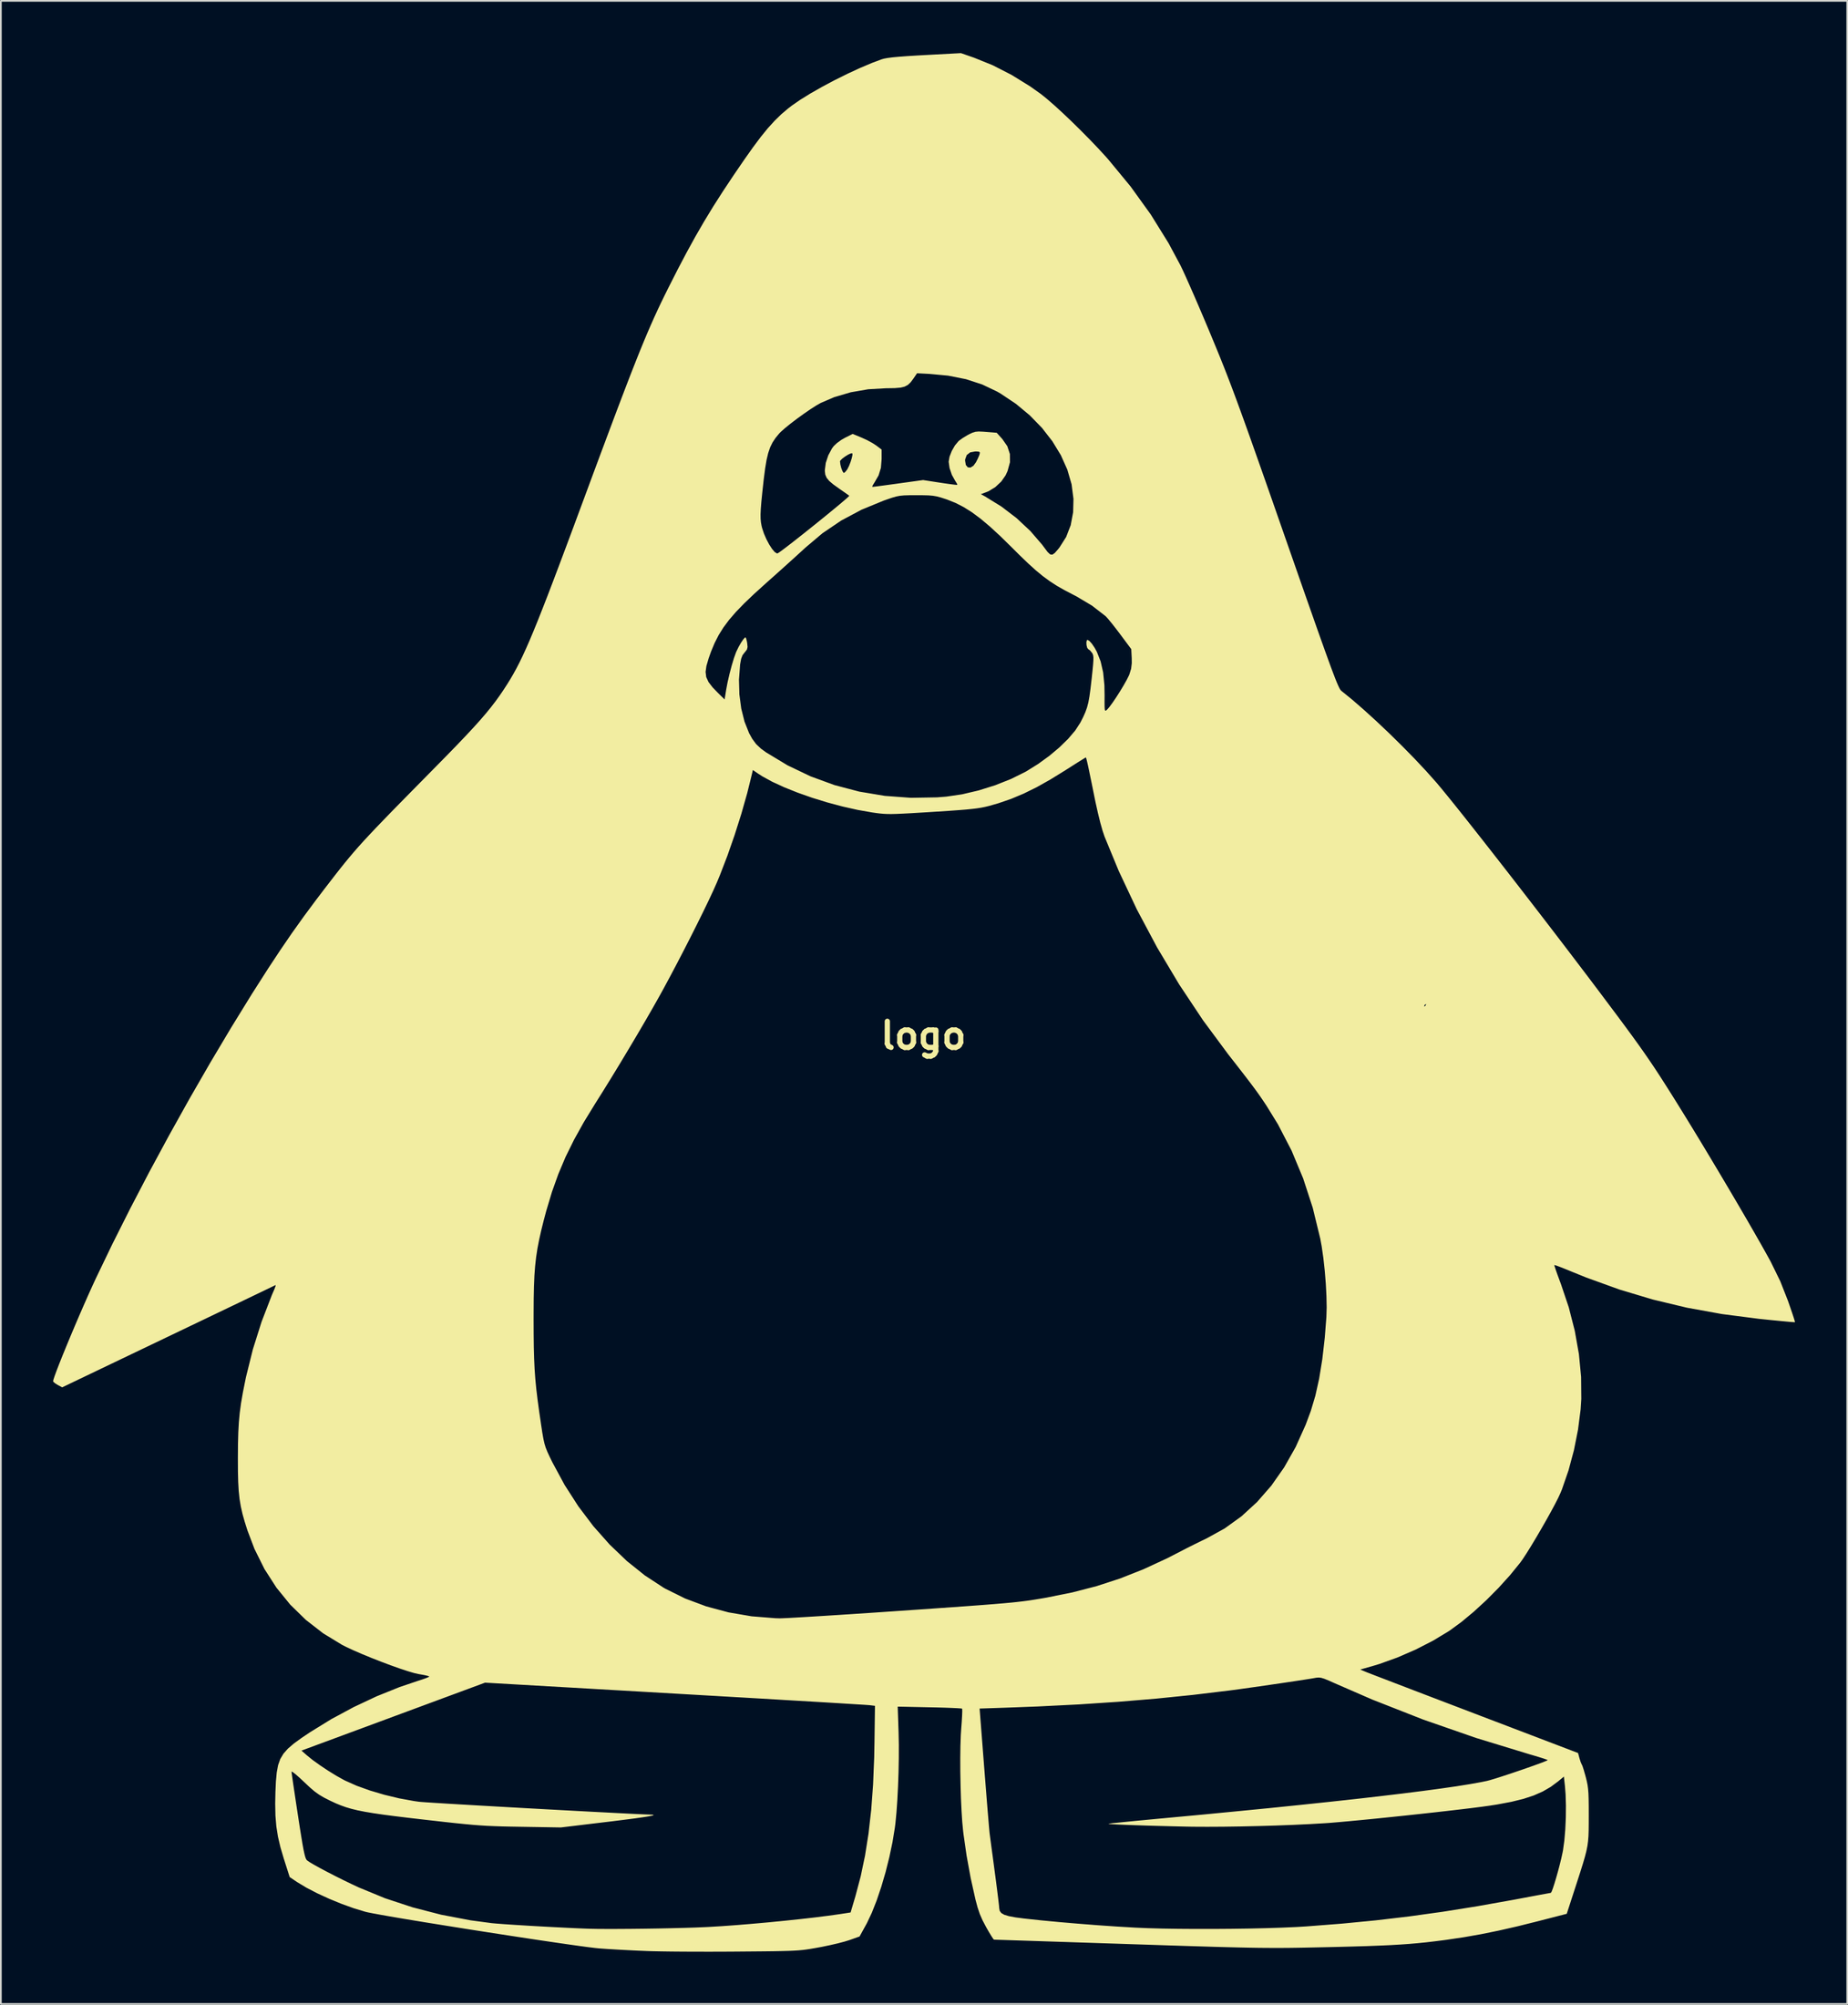
<source format=kicad_pcb>
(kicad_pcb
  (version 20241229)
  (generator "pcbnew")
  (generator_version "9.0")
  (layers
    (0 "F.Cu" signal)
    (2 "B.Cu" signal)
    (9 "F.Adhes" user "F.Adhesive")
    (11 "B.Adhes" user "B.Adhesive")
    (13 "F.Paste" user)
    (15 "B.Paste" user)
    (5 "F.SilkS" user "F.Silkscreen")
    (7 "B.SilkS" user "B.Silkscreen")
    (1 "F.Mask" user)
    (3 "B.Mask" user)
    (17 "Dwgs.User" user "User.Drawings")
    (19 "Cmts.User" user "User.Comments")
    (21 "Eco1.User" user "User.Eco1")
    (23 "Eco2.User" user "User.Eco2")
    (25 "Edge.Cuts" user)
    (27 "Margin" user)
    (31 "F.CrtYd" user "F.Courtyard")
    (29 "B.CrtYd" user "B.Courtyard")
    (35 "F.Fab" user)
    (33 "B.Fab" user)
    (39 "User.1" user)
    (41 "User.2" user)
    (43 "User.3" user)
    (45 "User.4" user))
  (footprint "logo"
    (layer "F.Cu")
    (at 49.976 56.39)
    (property "Reference" "logo" (at 0 0 0) (layer "F.SilkS") (effects (font (size 1.5 1.5) (thickness 0.3))))
    (attr board_only exclude_from_pos_files exclude_from_bom)
    (fp_poly (pts (xy 2.904 -56.13) (xy 3.978 -55.696) (xy 5.064 -55.14) (xy 6.129 -54.482) (xy 6.741 -54.048) (xy 7.086 -53.771) (xy 7.508 -53.405) (xy 7.984 -52.97) (xy 8.497 -52.483) (xy 9.024 -51.966) (xy 9.546 -51.438) (xy 10.044 -50.918) (xy 10.496 -50.425) (xy 10.614 -50.292) (xy 11.899 -48.735) (xy 13.055 -47.131) (xy 14.076 -45.487) (xy 14.762 -44.209) (xy 14.894 -43.934) (xy 15.072 -43.545) (xy 15.288 -43.06) (xy 15.534 -42.5) (xy 15.801 -41.883) (xy 16.08 -41.23) (xy 16.363 -40.56) (xy 16.521 -40.181) (xy 16.717 -39.708) (xy 16.903 -39.257) (xy 17.081 -38.818) (xy 17.255 -38.383) (xy 17.429 -37.939) (xy 17.606 -37.478) (xy 17.791 -36.99) (xy 17.987 -36.463) (xy 18.197 -35.889) (xy 18.426 -35.257) (xy 18.677 -34.558) (xy 18.953 -33.78) (xy 19.259 -32.914) (xy 19.599 -31.95) (xy 19.975 -30.878) (xy 20.391 -29.687) (xy 20.793 -28.536) (xy 21.239 -27.261) (xy 21.639 -26.116) (xy 21.997 -25.094) (xy 22.316 -24.189) (xy 22.596 -23.392) (xy 22.843 -22.698) (xy 23.057 -22.099) (xy 23.242 -21.587) (xy 23.399 -21.157) (xy 23.533 -20.801) (xy 23.644 -20.511) (xy 23.736 -20.282) (xy 23.812 -20.106) (xy 23.873 -19.976) (xy 23.923 -19.884) (xy 23.964 -19.825) (xy 23.997 -19.791) (xy 24.61 -19.294) (xy 25.289 -18.705) (xy 26.012 -18.048) (xy 26.754 -17.346) (xy 27.493 -16.62) (xy 28.204 -15.895) (xy 28.864 -15.192) (xy 29.45 -14.535) (xy 29.47 -14.512) (xy 29.74 -14.19) (xy 30.09 -13.763) (xy 30.512 -13.241) (xy 30.997 -12.634) (xy 31.537 -11.952) (xy 32.125 -11.206) (xy 32.752 -10.406) (xy 33.411 -9.562) (xy 34.093 -8.685) (xy 34.79 -7.784) (xy 35.495 -6.871) (xy 36.198 -5.956) (xy 36.893 -5.048) (xy 37.571 -4.158) (xy 38.225 -3.297) (xy 38.796 -2.54) (xy 39.383 -1.758) (xy 39.894 -1.076) (xy 40.338 -0.477) (xy 40.728 0.055) (xy 41.075 0.535) (xy 41.39 0.981) (xy 41.684 1.407) (xy 41.969 1.829) (xy 42.255 2.264) (xy 42.553 2.728) (xy 42.876 3.237) (xy 43.19 3.737) (xy 43.639 4.46) (xy 44.127 5.255) (xy 44.643 6.103) (xy 45.175 6.987) (xy 45.714 7.889) (xy 46.248 8.789) (xy 46.767 9.67) (xy 47.259 10.513) (xy 47.713 11.3) (xy 48.12 12.012) (xy 48.467 12.632) (xy 48.656 12.976) (xy 49.209 14.106) (xy 49.647 15.22) (xy 49.783 15.611) (xy 49.899 15.951) (xy 49.987 16.219) (xy 50.04 16.392) (xy 50.051 16.449) (xy 49.976 16.447) (xy 49.775 16.432) (xy 49.466 16.404) (xy 49.068 16.366) (xy 48.599 16.32) (xy 48.077 16.266) (xy 47.965 16.254) (xy 45.859 15.982) (xy 43.842 15.616) (xy 41.889 15.149) (xy 39.973 14.575) (xy 38.068 13.887) (xy 37.268 13.564) (xy 36.915 13.419) (xy 36.612 13.298) (xy 36.383 13.212) (xy 36.252 13.169) (xy 36.231 13.166) (xy 36.246 13.239) (xy 36.306 13.423) (xy 36.402 13.696) (xy 36.526 14.033) (xy 36.607 14.25) (xy 37.059 15.59) (xy 37.405 16.941) (xy 37.643 18.281) (xy 37.769 19.591) (xy 37.78 20.85) (xy 37.742 21.445) (xy 37.593 22.608) (xy 37.358 23.793) (xy 37.047 24.95) (xy 36.674 26.029) (xy 36.59 26.237) (xy 36.463 26.513) (xy 36.273 26.886) (xy 36.034 27.331) (xy 35.761 27.821) (xy 35.469 28.331) (xy 35.173 28.836) (xy 34.888 29.309) (xy 34.628 29.726) (xy 34.408 30.061) (xy 34.274 30.248) (xy 33.69 30.966) (xy 33.033 31.692) (xy 32.331 32.399) (xy 31.612 33.06) (xy 30.903 33.65) (xy 30.232 34.141) (xy 30.16 34.189) (xy 29.257 34.733) (xy 28.26 35.243) (xy 27.221 35.694) (xy 26.191 36.064) (xy 25.799 36.183) (xy 25.084 36.385) (xy 25.369 36.505) (xy 25.479 36.549) (xy 25.713 36.64) (xy 26.063 36.775) (xy 26.518 36.949) (xy 27.067 37.16) (xy 27.7 37.402) (xy 28.407 37.673) (xy 29.177 37.967) (xy 30.001 38.282) (xy 30.868 38.612) (xy 31.624 38.901) (xy 37.594 41.176) (xy 37.673 41.471) (xy 37.735 41.672) (xy 37.795 41.815) (xy 37.809 41.837) (xy 37.852 41.936) (xy 37.918 42.14) (xy 37.997 42.413) (xy 38.038 42.563) (xy 38.096 42.797) (xy 38.139 43.012) (xy 38.169 43.235) (xy 38.19 43.495) (xy 38.201 43.817) (xy 38.207 44.229) (xy 38.208 44.759) (xy 38.208 44.777) (xy 38.207 45.236) (xy 38.203 45.617) (xy 38.192 45.943) (xy 38.168 46.236) (xy 38.129 46.52) (xy 38.069 46.815) (xy 37.984 47.146) (xy 37.87 47.534) (xy 37.723 48.003) (xy 37.539 48.574) (xy 37.416 48.953) (xy 36.944 50.405) (xy 35.29 50.831) (xy 34.11 51.125) (xy 33.029 51.371) (xy 32.011 51.578) (xy 31.021 51.752) (xy 30.022 51.9) (xy 29.885 51.918) (xy 29.367 51.984) (xy 28.874 52.042) (xy 28.387 52.091) (xy 27.891 52.134) (xy 27.366 52.171) (xy 26.796 52.204) (xy 26.164 52.232) (xy 25.451 52.259) (xy 24.642 52.283) (xy 23.717 52.307) (xy 22.933 52.325) (xy 22.386 52.337) (xy 21.885 52.347) (xy 21.418 52.355) (xy 20.972 52.361) (xy 20.535 52.364) (xy 20.096 52.364) (xy 19.643 52.362) (xy 19.163 52.357) (xy 18.644 52.348) (xy 18.074 52.336) (xy 17.443 52.32) (xy 16.736 52.301) (xy 15.943 52.277) (xy 15.052 52.25) (xy 14.05 52.218) (xy 12.925 52.181) (xy 11.829 52.145) (xy 10.782 52.11) (xy 9.777 52.077) (xy 8.821 52.045) (xy 7.925 52.016) (xy 7.099 51.989) (xy 6.352 51.964) (xy 5.692 51.942) (xy 5.131 51.924) (xy 4.677 51.909) (xy 4.339 51.898) (xy 4.128 51.891) (xy 4.052 51.889) (xy 4 51.829) (xy 3.895 51.668) (xy 3.751 51.429) (xy 3.603 51.17) (xy 3.397 50.779) (xy 3.24 50.421) (xy 3.111 50.037) (xy 2.986 49.569) (xy 2.983 49.555) (xy 2.714 48.345) (xy 2.482 47.076) (xy 2.303 45.835) (xy 2.285 45.684) (xy 2.233 45.143) (xy 2.19 44.495) (xy 2.156 43.77) (xy 2.133 43.002) (xy 2.119 42.223) (xy 2.117 41.465) (xy 2.126 40.761) (xy 2.148 40.143) (xy 2.175 39.733) (xy 2.204 39.355) (xy 2.223 39.031) (xy 2.232 38.787) (xy 2.228 38.65) (xy 2.223 38.63) (xy 2.183 38.624) (xy 3.228 38.624) (xy 3.495 42.045) (xy 3.55 42.745) (xy 3.603 43.41) (xy 3.652 44.023) (xy 3.696 44.568) (xy 3.735 45.03) (xy 3.765 45.394) (xy 3.788 45.643) (xy 3.799 45.756) (xy 3.818 45.906) (xy 3.854 46.176) (xy 3.903 46.545) (xy 3.963 46.991) (xy 4.03 47.49) (xy 4.094 47.97) (xy 4.163 48.491) (xy 4.225 48.972) (xy 4.278 49.393) (xy 4.319 49.732) (xy 4.345 49.969) (xy 4.353 50.079) (xy 4.381 50.234) (xy 4.472 50.359) (xy 4.642 50.459) (xy 4.909 50.54) (xy 5.288 50.611) (xy 5.796 50.677) (xy 5.806 50.678) (xy 6.744 50.779) (xy 7.785 50.878) (xy 8.89 50.973) (xy 10.016 51.061) (xy 11.122 51.137) (xy 12.156 51.198) (xy 12.876 51.229) (xy 13.713 51.252) (xy 14.638 51.267) (xy 15.626 51.274) (xy 16.651 51.274) (xy 17.685 51.266) (xy 18.703 51.251) (xy 19.677 51.229) (xy 20.582 51.2) (xy 21.392 51.165) (xy 21.989 51.129) (xy 24.021 50.971) (xy 25.977 50.781) (xy 27.898 50.555) (xy 29.825 50.287) (xy 31.8 49.972) (xy 33.862 49.605) (xy 34.055 49.569) (xy 34.566 49.473) (xy 35.03 49.386) (xy 35.427 49.312) (xy 35.738 49.255) (xy 35.944 49.218) (xy 36.028 49.203) (xy 36.029 49.203) (xy 36.073 49.137) (xy 36.144 48.955) (xy 36.233 48.684) (xy 36.334 48.349) (xy 36.439 47.977) (xy 36.541 47.592) (xy 36.632 47.221) (xy 36.704 46.89) (xy 36.731 46.749) (xy 36.806 46.204) (xy 36.86 45.563) (xy 36.891 44.874) (xy 36.897 44.184) (xy 36.877 43.54) (xy 36.842 43.09) (xy 36.781 42.529) (xy 36.443 42.809) (xy 36.023 43.12) (xy 35.564 43.386) (xy 35.049 43.613) (xy 34.456 43.808) (xy 33.768 43.977) (xy 32.963 44.128) (xy 32.512 44.199) (xy 32.078 44.259) (xy 31.52 44.33) (xy 30.861 44.41) (xy 30.12 44.496) (xy 29.32 44.587) (xy 28.48 44.679) (xy 27.624 44.771) (xy 26.771 44.86) (xy 25.942 44.945) (xy 25.16 45.022) (xy 24.445 45.09) (xy 23.819 45.146) (xy 23.302 45.189) (xy 23.041 45.207) (xy 22.195 45.256) (xy 21.257 45.3) (xy 20.26 45.338) (xy 19.234 45.368) (xy 18.212 45.391) (xy 17.224 45.406) (xy 16.301 45.411) (xy 15.476 45.407) (xy 15.095 45.4) (xy 14.277 45.381) (xy 13.513 45.361) (xy 12.814 45.341) (xy 12.191 45.321) (xy 11.656 45.301) (xy 11.22 45.283) (xy 10.894 45.266) (xy 10.69 45.251) (xy 10.619 45.238) (xy 10.619 45.237) (xy 10.694 45.225) (xy 10.9 45.201) (xy 11.223 45.168) (xy 11.649 45.125) (xy 12.163 45.074) (xy 12.752 45.018) (xy 13.401 44.956) (xy 14.098 44.891) (xy 14.195 44.882) (xy 16.212 44.694) (xy 18.136 44.508) (xy 19.964 44.328) (xy 21.69 44.151) (xy 23.311 43.98) (xy 24.823 43.815) (xy 26.222 43.655) (xy 27.503 43.502) (xy 28.663 43.356) (xy 29.697 43.217) (xy 30.601 43.087) (xy 31.372 42.964) (xy 32.005 42.851) (xy 32.367 42.777) (xy 32.553 42.727) (xy 32.832 42.644) (xy 33.181 42.533) (xy 33.579 42.403) (xy 34.002 42.261) (xy 34.429 42.116) (xy 34.837 41.973) (xy 35.205 41.842) (xy 35.509 41.73) (xy 35.728 41.644) (xy 35.84 41.593) (xy 35.849 41.583) (xy 35.784 41.552) (xy 35.603 41.489) (xy 35.332 41.404) (xy 34.995 41.304) (xy 34.852 41.263) (xy 31.729 40.309) (xy 28.701 39.257) (xy 25.774 38.108) (xy 23.619 37.171) (xy 23.274 37.017) (xy 23.028 36.917) (xy 22.849 36.862) (xy 22.705 36.844) (xy 22.564 36.855) (xy 22.483 36.869) (xy 22.274 36.905) (xy 21.945 36.957) (xy 21.519 37.023) (xy 21.02 37.098) (xy 20.471 37.179) (xy 19.896 37.263) (xy 19.318 37.347) (xy 18.761 37.426) (xy 18.248 37.498) (xy 17.804 37.558) (xy 17.562 37.59) (xy 15.476 37.841) (xy 13.356 38.057) (xy 11.179 38.238) (xy 8.923 38.387) (xy 6.565 38.505) (xy 4.68 38.576) (xy 3.228 38.624) (xy 2.183 38.624) (xy 2.142 38.617) (xy 1.936 38.603) (xy 1.625 38.589) (xy 1.229 38.574) (xy 0.767 38.561) (xy 0.354 38.552) (xy -1.475 38.514) (xy -1.425 40.002) (xy -1.411 40.71) (xy -1.413 41.483) (xy -1.428 42.289) (xy -1.457 43.097) (xy -1.497 43.873) (xy -1.547 44.586) (xy -1.606 45.202) (xy -1.639 45.466) (xy -1.775 46.294) (xy -1.956 47.154) (xy -2.173 48.018) (xy -2.419 48.856) (xy -2.684 49.641) (xy -2.961 50.342) (xy -3.24 50.933) (xy -3.286 51.018) (xy -3.666 51.707) (xy -4.246 51.913) (xy -4.528 52) (xy -4.91 52.1) (xy -5.35 52.202) (xy -5.806 52.297) (xy -5.987 52.331) (xy -6.253 52.379) (xy -6.488 52.419) (xy -6.708 52.453) (xy -6.927 52.48) (xy -7.163 52.502) (xy -7.431 52.519) (xy -7.747 52.533) (xy -8.127 52.543) (xy -8.587 52.552) (xy -9.142 52.559) (xy -9.809 52.565) (xy -10.603 52.572) (xy -10.704 52.573) (xy -11.479 52.578) (xy -12.267 52.58) (xy -13.044 52.579) (xy -13.787 52.576) (xy -14.472 52.57) (xy -15.077 52.561) (xy -15.576 52.551) (xy -15.857 52.542) (xy -16.417 52.518) (xy -17.014 52.489) (xy -17.604 52.457) (xy -18.14 52.425) (xy -18.576 52.395) (xy -18.578 52.395) (xy -18.83 52.37) (xy -19.207 52.324) (xy -19.696 52.259) (xy -20.283 52.177) (xy -20.954 52.08) (xy -21.696 51.971) (xy -22.495 51.852) (xy -23.338 51.724) (xy -24.211 51.59) (xy -25.101 51.452) (xy -25.993 51.313) (xy -26.874 51.173) (xy -27.731 51.036) (xy -28.55 50.904) (xy -29.317 50.778) (xy -30.018 50.661) (xy -30.641 50.555) (xy -31.171 50.461) (xy -31.595 50.383) (xy -31.899 50.323) (xy -32.04 50.29) (xy -32.699 50.091) (xy -33.404 49.837) (xy -34.12 49.544) (xy -34.808 49.228) (xy -35.431 48.905) (xy -35.953 48.592) (xy -35.994 48.564) (xy -36.391 48.296) (xy -36.729 47.238) (xy -36.923 46.582) (xy -37.064 45.978) (xy -37.158 45.385) (xy -37.209 44.764) (xy -37.222 44.074) (xy -37.209 43.415) (xy -37.181 42.796) (xy -37.134 42.29) (xy -37.126 42.246) (xy -36.286 42.246) (xy -36.275 42.339) (xy -36.245 42.558) (xy -36.198 42.886) (xy -36.136 43.305) (xy -36.062 43.798) (xy -35.979 44.348) (xy -35.914 44.777) (xy -35.81 45.448) (xy -35.723 45.99) (xy -35.652 46.417) (xy -35.592 46.743) (xy -35.54 46.982) (xy -35.495 47.149) (xy -35.452 47.258) (xy -35.41 47.322) (xy -35.397 47.335) (xy -35.255 47.435) (xy -35.003 47.584) (xy -34.664 47.773) (xy -34.258 47.988) (xy -33.809 48.22) (xy -33.337 48.456) (xy -32.864 48.685) (xy -32.413 48.896) (xy -32.41 48.897) (xy -30.921 49.51) (xy -29.339 50.032) (xy -27.691 50.458) (xy -26.004 50.779) (xy -24.783 50.942) (xy -24.521 50.966) (xy -24.137 50.995) (xy -23.656 51.028) (xy -23.1 51.063) (xy -22.493 51.1) (xy -21.859 51.136) (xy -21.222 51.17) (xy -20.604 51.201) (xy -20.03 51.229) (xy -19.523 51.25) (xy -19.159 51.263) (xy -18.718 51.272) (xy -18.158 51.275) (xy -17.505 51.274) (xy -16.787 51.269) (xy -16.028 51.26) (xy -15.256 51.248) (xy -14.497 51.232) (xy -13.777 51.214) (xy -13.122 51.194) (xy -12.558 51.171) (xy -12.352 51.161) (xy -11.599 51.116) (xy -10.756 51.055) (xy -9.853 50.981) (xy -8.919 50.897) (xy -7.983 50.805) (xy -7.074 50.709) (xy -6.221 50.612) (xy -5.452 50.515) (xy -4.797 50.423) (xy -4.757 50.417) (xy -4.18 50.328) (xy -3.901 49.385) (xy -3.601 48.255) (xy -3.351 47.064) (xy -3.151 45.798) (xy -2.997 44.443) (xy -2.889 42.985) (xy -2.825 41.409) (xy -2.809 40.552) (xy -2.782 38.468) (xy -3.078 38.431) (xy -3.184 38.423) (xy -3.426 38.406) (xy -3.797 38.383) (xy -4.288 38.353) (xy -4.891 38.316) (xy -5.598 38.273) (xy -6.401 38.225) (xy -7.291 38.173) (xy -8.261 38.116) (xy -9.301 38.054) (xy -10.405 37.99) (xy -11.563 37.923) (xy -12.768 37.853) (xy -14.012 37.781) (xy -14.273 37.766) (xy -25.172 37.138) (xy -30.443 39.088) (xy -35.714 41.038) (xy -35.401 41.312) (xy -35.071 41.578) (xy -34.652 41.879) (xy -34.188 42.188) (xy -33.72 42.477) (xy -33.292 42.716) (xy -33.207 42.76) (xy -32.549 43.053) (xy -31.784 43.328) (xy -30.953 43.574) (xy -30.094 43.78) (xy -29.248 43.934) (xy -28.956 43.975) (xy -28.815 43.987) (xy -28.543 44.007) (xy -28.152 44.032) (xy -27.656 44.063) (xy -27.067 44.099) (xy -26.399 44.138) (xy -25.664 44.181) (xy -24.877 44.226) (xy -24.05 44.273) (xy -23.197 44.321) (xy -22.33 44.369) (xy -21.463 44.417) (xy -20.608 44.463) (xy -19.78 44.508) (xy -18.99 44.55) (xy -18.253 44.588) (xy -17.582 44.623) (xy -16.989 44.653) (xy -16.487 44.677) (xy -16.09 44.695) (xy -15.812 44.706) (xy -15.704 44.709) (xy -15.534 44.718) (xy -15.486 44.737) (xy -15.561 44.767) (xy -15.765 44.809) (xy -16.098 44.862) (xy -16.566 44.928) (xy -17.17 45.007) (xy -17.914 45.1) (xy -18.266 45.142) (xy -20.819 45.449) (xy -23.128 45.41) (xy -23.697 45.4) (xy -24.191 45.389) (xy -24.632 45.374) (xy -25.045 45.356) (xy -25.451 45.331) (xy -25.873 45.299) (xy -26.335 45.256) (xy -26.859 45.203) (xy -27.468 45.137) (xy -28.184 45.056) (xy -28.666 45.001) (xy -29.576 44.895) (xy -30.356 44.8) (xy -31.022 44.713) (xy -31.589 44.63) (xy -32.072 44.549) (xy -32.485 44.467) (xy -32.843 44.38) (xy -33.163 44.286) (xy -33.458 44.181) (xy -33.744 44.063) (xy -34.036 43.928) (xy -34.089 43.902) (xy -34.427 43.731) (xy -34.703 43.567) (xy -34.958 43.384) (xy -35.231 43.151) (xy -35.559 42.844) (xy -35.819 42.6) (xy -36.038 42.408) (xy -36.198 42.283) (xy -36.279 42.239) (xy -36.286 42.246) (xy -37.126 42.246) (xy -37.056 41.873) (xy -36.932 41.522) (xy -36.748 41.214) (xy -36.492 40.924) (xy -36.15 40.631) (xy -35.707 40.309) (xy -35.215 39.979) (xy -34.003 39.233) (xy -32.716 38.541) (xy -31.395 37.92) (xy -30.078 37.39) (xy -29.047 37.042) (xy -28.76 36.949) (xy -28.534 36.868) (xy -28.4 36.808) (xy -28.375 36.788) (xy -28.442 36.755) (xy -28.619 36.711) (xy -28.873 36.664) (xy -28.974 36.648) (xy -29.24 36.588) (xy -29.614 36.478) (xy -30.069 36.327) (xy -30.582 36.145) (xy -31.127 35.941) (xy -31.678 35.725) (xy -32.212 35.506) (xy -32.703 35.294) (xy -33.126 35.098) (xy -33.383 34.968) (xy -34.47 34.306) (xy -35.463 33.535) (xy -36.359 32.66) (xy -37.151 31.686) (xy -37.838 30.618) (xy -38.413 29.462) (xy -38.812 28.412) (xy -38.973 27.907) (xy -39.1 27.455) (xy -39.197 27.027) (xy -39.269 26.595) (xy -39.318 26.132) (xy -39.348 25.61) (xy -39.363 25.001) (xy -39.366 24.277) (xy -39.366 24.203) (xy -39.36 23.435) (xy -39.342 22.776) (xy -39.309 22.191) (xy -39.258 21.642) (xy -39.184 21.093) (xy -39.083 20.509) (xy -38.953 19.854) (xy -38.899 19.594) (xy -38.506 18.01) (xy -38.004 16.421) (xy -37.954 16.292) (xy -22.384 16.292) (xy -22.381 17.145) (xy -22.372 17.882) (xy -22.354 18.534) (xy -22.326 19.13) (xy -22.286 19.7) (xy -22.231 20.274) (xy -22.158 20.882) (xy -22.067 21.553) (xy -21.955 22.318) (xy -21.95 22.352) (xy -21.882 22.798) (xy -21.823 23.137) (xy -21.763 23.406) (xy -21.691 23.643) (xy -21.595 23.884) (xy -21.465 24.166) (xy -21.305 24.493) (xy -20.604 25.789) (xy -19.816 27.015) (xy -18.95 28.16) (xy -18.018 29.21) (xy -17.031 30.155) (xy -16 30.981) (xy -14.935 31.678) (xy -14.808 31.751) (xy -13.681 32.309) (xy -12.469 32.761) (xy -11.189 33.104) (xy -9.861 33.331) (xy -8.503 33.439) (xy -8.261 33.446) (xy -8.105 33.442) (xy -7.815 33.429) (xy -7.405 33.407) (xy -6.884 33.377) (xy -6.266 33.34) (xy -5.56 33.296) (xy -4.78 33.246) (xy -3.937 33.191) (xy -3.042 33.132) (xy -2.107 33.068) (xy -1.403 33.02) (xy -0.253 32.941) (xy 0.762 32.87) (xy 1.655 32.807) (xy 2.435 32.752) (xy 3.114 32.702) (xy 3.702 32.657) (xy 4.211 32.616) (xy 4.652 32.578) (xy 5.034 32.543) (xy 5.37 32.508) (xy 5.669 32.473) (xy 5.944 32.438) (xy 6.204 32.401) (xy 6.46 32.36) (xy 6.725 32.316) (xy 7.007 32.268) (xy 7.076 32.256) (xy 8.556 31.958) (xy 9.954 31.596) (xy 11.306 31.155) (xy 12.646 30.625) (xy 14.009 29.994) (xy 14.877 29.547) (xy 15.169 29.396) (xy 15.541 29.21) (xy 15.941 29.013) (xy 16.256 28.862) (xy 17.296 28.289) (xy 18.265 27.591) (xy 19.16 26.771) (xy 19.979 25.833) (xy 20.718 24.78) (xy 21.377 23.614) (xy 21.951 22.338) (xy 22.249 21.537) (xy 22.508 20.67) (xy 22.727 19.686) (xy 22.907 18.579) (xy 23.049 17.342) (xy 23.142 16.147) (xy 23.158 15.598) (xy 23.145 14.947) (xy 23.108 14.233) (xy 23.048 13.495) (xy 22.969 12.774) (xy 22.874 12.108) (xy 22.789 11.648) (xy 22.357 9.879) (xy 21.808 8.197) (xy 21.143 6.602) (xy 20.361 5.093) (xy 19.705 4.028) (xy 19.536 3.774) (xy 19.378 3.542) (xy 19.219 3.314) (xy 19.045 3.075) (xy 18.845 2.806) (xy 18.605 2.491) (xy 18.314 2.113) (xy 17.958 1.655) (xy 17.525 1.101) (xy 17.508 1.08) (xy 16.058 -0.879) (xy 15.529 -1.674) (xy 28.756 -1.674) (xy 28.766 -1.669) (xy 28.832 -1.72) (xy 28.847 -1.742) (xy 28.866 -1.81) (xy 28.856 -1.814) (xy 28.789 -1.763) (xy 28.775 -1.742) (xy 28.756 -1.674) (xy 15.529 -1.674) (xy 14.691 -2.933) (xy 13.42 -5.062) (xy 12.257 -7.243) (xy 11.216 -9.454) (xy 10.4 -11.43) (xy 10.286 -11.77) (xy 10.157 -12.228) (xy 10.022 -12.777) (xy 9.885 -13.392) (xy 9.833 -13.643) (xy 9.701 -14.299) (xy 9.593 -14.825) (xy 9.508 -15.234) (xy 9.443 -15.539) (xy 9.394 -15.751) (xy 9.36 -15.885) (xy 9.338 -15.952) (xy 9.326 -15.966) (xy 9.261 -15.929) (xy 9.093 -15.825) (xy 8.841 -15.668) (xy 8.526 -15.468) (xy 8.166 -15.239) (xy 8.161 -15.235) (xy 7.295 -14.701) (xy 6.505 -14.257) (xy 5.762 -13.891) (xy 5.039 -13.588) (xy 4.31 -13.337) (xy 3.774 -13.183) (xy 3.565 -13.132) (xy 3.345 -13.087) (xy 3.097 -13.047) (xy 2.801 -13.011) (xy 2.441 -12.975) (xy 1.996 -12.939) (xy 1.45 -12.9) (xy 0.784 -12.857) (xy 0.512 -12.839) (xy -0.169 -12.797) (xy -0.725 -12.764) (xy -1.175 -12.74) (xy -1.536 -12.724) (xy -1.829 -12.717) (xy -2.071 -12.719) (xy -2.284 -12.729) (xy -2.484 -12.747) (xy -2.692 -12.772) (xy -2.927 -12.806) (xy -2.935 -12.807) (xy -3.768 -12.953) (xy -4.637 -13.148) (xy -5.518 -13.383) (xy -6.387 -13.651) (xy -7.22 -13.944) (xy -7.991 -14.253) (xy -8.679 -14.569) (xy -9.257 -14.886) (xy -9.487 -15.034) (xy -9.793 -15.244) (xy -9.839 -15.043) (xy -10.116 -13.922) (xy -10.455 -12.728) (xy -10.841 -11.511) (xy -11.257 -10.32) (xy -11.687 -9.204) (xy -11.863 -8.781) (xy -12.065 -8.327) (xy -12.326 -7.768) (xy -12.637 -7.125) (xy -12.986 -6.419) (xy -13.362 -5.671) (xy -13.755 -4.903) (xy -14.154 -4.135) (xy -14.548 -3.39) (xy -14.926 -2.689) (xy -15.168 -2.25) (xy -15.538 -1.595) (xy -15.969 -0.847) (xy -16.444 -0.036) (xy -16.947 0.809) (xy -17.458 1.659) (xy -17.962 2.485) (xy -18.44 3.257) (xy -18.846 3.901) (xy -19.504 4.974) (xy -20.066 5.985) (xy -20.549 6.965) (xy -20.964 7.947) (xy -21.328 8.964) (xy -21.654 10.049) (xy -21.803 10.606) (xy -21.949 11.194) (xy -22.068 11.726) (xy -22.165 12.227) (xy -22.24 12.72) (xy -22.296 13.228) (xy -22.337 13.776) (xy -22.363 14.387) (xy -22.378 15.086) (xy -22.383 15.895) (xy -22.384 16.292) (xy -37.954 16.292) (xy -37.413 14.888) (xy -37.272 14.562) (xy -37.21 14.401) (xy -37.196 14.32) (xy -37.207 14.319) (xy -37.28 14.355) (xy -37.474 14.449) (xy -37.781 14.597) (xy -38.191 14.794) (xy -38.695 15.036) (xy -39.284 15.319) (xy -39.949 15.637) (xy -40.681 15.988) (xy -41.47 16.366) (xy -42.307 16.766) (xy -43.183 17.186) (xy -43.361 17.271) (xy -49.457 20.188) (xy -49.702 20.057) (xy -49.868 19.952) (xy -49.968 19.862) (xy -49.976 19.848) (xy -49.959 19.753) (xy -49.89 19.542) (xy -49.775 19.228) (xy -49.621 18.829) (xy -49.433 18.359) (xy -49.218 17.833) (xy -48.984 17.268) (xy -48.735 16.678) (xy -48.479 16.08) (xy -48.222 15.489) (xy -47.971 14.92) (xy -47.731 14.388) (xy -47.521 13.934) (xy -46.578 11.974) (xy -45.553 9.935) (xy -44.462 7.844) (xy -43.32 5.731) (xy -42.143 3.621) (xy -40.946 1.545) (xy -39.745 -0.47) (xy -38.557 -2.397) (xy -37.631 -3.846) (xy -36.93 -4.907) (xy -36.259 -5.888) (xy -35.58 -6.839) (xy -34.859 -7.81) (xy -34.396 -8.418) (xy -34.064 -8.848) (xy -33.766 -9.234) (xy -33.49 -9.585) (xy -33.229 -9.911) (xy -32.973 -10.222) (xy -32.713 -10.529) (xy -32.44 -10.842) (xy -32.144 -11.17) (xy -31.816 -11.523) (xy -31.448 -11.913) (xy -31.03 -12.348) (xy -30.554 -12.839) (xy -30.008 -13.396) (xy -29.386 -14.029) (xy -28.677 -14.748) (xy -28.12 -15.313) (xy -27.422 -16.022) (xy -26.819 -16.642) (xy -26.299 -17.186) (xy -25.851 -17.666) (xy -25.466 -18.093) (xy -25.131 -18.481) (xy -24.838 -18.84) (xy -24.574 -19.183) (xy -24.329 -19.523) (xy -24.093 -19.87) (xy -24.084 -19.885) (xy -23.899 -20.17) (xy -23.721 -20.457) (xy -23.548 -20.754) (xy -23.481 -20.876) (xy -12.507 -20.876) (xy -12.47 -20.577) (xy -12.339 -20.292) (xy -12.105 -19.988) (xy -11.808 -19.68) (xy -11.415 -19.294) (xy -11.327 -19.844) (xy -11.244 -20.282) (xy -11.134 -20.76) (xy -11.009 -21.234) (xy -10.881 -21.662) (xy -10.76 -21.998) (xy -10.735 -22.055) (xy -10.61 -22.312) (xy -10.472 -22.552) (xy -10.343 -22.742) (xy -10.246 -22.848) (xy -10.219 -22.86) (xy -10.18 -22.795) (xy -10.137 -22.632) (xy -10.119 -22.529) (xy -10.098 -22.31) (xy -10.131 -22.164) (xy -10.235 -22.025) (xy -10.266 -21.992) (xy -10.387 -21.833) (xy -10.465 -21.63) (xy -10.52 -21.336) (xy -10.527 -21.289) (xy -10.591 -20.431) (xy -10.568 -19.583) (xy -10.46 -18.772) (xy -10.273 -18.023) (xy -10.01 -17.361) (xy -9.828 -17.033) (xy -9.606 -16.732) (xy -9.328 -16.47) (xy -9.046 -16.264) (xy -7.798 -15.511) (xy -6.48 -14.881) (xy -5.103 -14.378) (xy -3.677 -14.003) (xy -2.212 -13.759) (xy -0.719 -13.649) (xy 0.792 -13.675) (xy 1.321 -13.717) (xy 2.221 -13.849) (xy 3.172 -14.072) (xy 4.126 -14.371) (xy 5.036 -14.732) (xy 5.855 -15.138) (xy 5.915 -15.172) (xy 6.588 -15.591) (xy 7.226 -16.053) (xy 7.807 -16.54) (xy 8.312 -17.033) (xy 8.722 -17.515) (xy 9.014 -17.966) (xy 9.019 -17.975) (xy 9.178 -18.289) (xy 9.301 -18.565) (xy 9.397 -18.834) (xy 9.473 -19.125) (xy 9.536 -19.47) (xy 9.595 -19.899) (xy 9.657 -20.441) (xy 9.659 -20.454) (xy 9.709 -20.928) (xy 9.743 -21.279) (xy 9.761 -21.531) (xy 9.763 -21.704) (xy 9.749 -21.822) (xy 9.721 -21.906) (xy 9.688 -21.964) (xy 9.568 -22.108) (xy 9.466 -22.182) (xy 9.405 -22.264) (xy 9.368 -22.414) (xy 9.36 -22.576) (xy 9.387 -22.692) (xy 9.422 -22.715) (xy 9.532 -22.653) (xy 9.679 -22.488) (xy 9.84 -22.249) (xy 9.962 -22.025) (xy 10.178 -21.478) (xy 10.322 -20.844) (xy 10.395 -20.107) (xy 10.405 -19.538) (xy 10.403 -19.149) (xy 10.405 -18.886) (xy 10.415 -18.728) (xy 10.436 -18.656) (xy 10.472 -18.649) (xy 10.524 -18.688) (xy 10.542 -18.703) (xy 10.675 -18.854) (xy 10.858 -19.101) (xy 11.069 -19.412) (xy 11.289 -19.756) (xy 11.498 -20.102) (xy 11.675 -20.416) (xy 11.802 -20.669) (xy 11.833 -20.745) (xy 11.929 -21.061) (xy 11.966 -21.379) (xy 11.962 -21.67) (xy 11.936 -22.184) (xy 11.292 -23.048) (xy 11.048 -23.369) (xy 10.819 -23.66) (xy 10.626 -23.895) (xy 10.489 -24.049) (xy 10.458 -24.079) (xy 9.686 -24.676) (xy 8.79 -25.21) (xy 8.6 -25.308) (xy 8.106 -25.565) (xy 7.667 -25.815) (xy 7.261 -26.078) (xy 6.865 -26.368) (xy 6.457 -26.704) (xy 6.016 -27.103) (xy 5.519 -27.58) (xy 5.08 -28.017) (xy 4.417 -28.668) (xy 3.824 -29.214) (xy 3.287 -29.666) (xy 2.789 -30.036) (xy 2.315 -30.334) (xy 1.851 -30.572) (xy 1.379 -30.761) (xy 1.289 -30.792) (xy 1.006 -30.884) (xy 0.772 -30.946) (xy 0.547 -30.985) (xy 0.291 -31.007) (xy -0.037 -31.015) (xy -0.399 -31.016) (xy -0.805 -31.015) (xy -1.107 -31.006) (xy -1.348 -30.983) (xy -1.57 -30.94) (xy -1.814 -30.869) (xy -2.121 -30.763) (xy -2.286 -30.705) (xy -3.552 -30.185) (xy -4.72 -29.563) (xy -5.799 -28.832) (xy -6.785 -27.999) (xy -7.015 -27.787) (xy -7.332 -27.499) (xy -7.714 -27.153) (xy -8.14 -26.77) (xy -8.588 -26.369) (xy -9.036 -25.971) (xy -9.047 -25.961) (xy -9.72 -25.352) (xy -10.287 -24.811) (xy -10.762 -24.321) (xy -11.157 -23.864) (xy -11.485 -23.424) (xy -11.759 -22.985) (xy -11.991 -22.529) (xy -12.195 -22.04) (xy -12.334 -21.648) (xy -12.459 -21.222) (xy -12.507 -20.876) (xy -23.481 -20.876) (xy -23.375 -21.068) (xy -23.198 -21.41) (xy -23.016 -21.786) (xy -22.823 -22.206) (xy -22.616 -22.677) (xy -22.393 -23.208) (xy -22.148 -23.808) (xy -21.88 -24.485) (xy -21.583 -25.246) (xy -21.256 -26.101) (xy -20.894 -27.058) (xy -20.493 -28.126) (xy -20.051 -29.311) (xy -19.825 -29.921) (xy -9.351 -29.921) (xy -9.348 -29.668) (xy -9.329 -29.456) (xy -9.294 -29.262) (xy -9.263 -29.137) (xy -9.157 -28.816) (xy -9.016 -28.492) (xy -8.856 -28.19) (xy -8.691 -27.936) (xy -8.539 -27.756) (xy -8.414 -27.677) (xy -8.374 -27.679) (xy -8.278 -27.738) (xy -8.091 -27.874) (xy -7.827 -28.073) (xy -7.503 -28.324) (xy -7.133 -28.614) (xy -6.733 -28.931) (xy -6.317 -29.263) (xy -5.902 -29.597) (xy -5.502 -29.922) (xy -5.133 -30.225) (xy -4.809 -30.493) (xy -4.547 -30.715) (xy -4.361 -30.878) (xy -4.266 -30.97) (xy -4.258 -30.986) (xy -4.342 -31.049) (xy -4.515 -31.171) (xy -4.742 -31.329) (xy -4.826 -31.387) (xy -5.171 -31.634) (xy -5.408 -31.835) (xy -5.556 -32.015) (xy -5.634 -32.197) (xy -5.66 -32.406) (xy -5.66 -32.455) (xy -5.607 -32.868) (xy -5.577 -32.959) (xy -4.789 -32.959) (xy -4.768 -32.78) (xy -4.716 -32.578) (xy -4.649 -32.402) (xy -4.585 -32.302) (xy -4.568 -32.294) (xy -4.487 -32.351) (xy -4.379 -32.489) (xy -4.361 -32.519) (xy -4.268 -32.704) (xy -4.18 -32.931) (xy -4.11 -33.156) (xy -4.072 -33.334) (xy -4.079 -33.422) (xy -4.166 -33.418) (xy -4.32 -33.347) (xy -4.501 -33.235) (xy -4.665 -33.112) (xy -4.771 -33.003) (xy -4.789 -32.959) (xy -5.577 -32.959) (xy -5.462 -33.305) (xy -5.25 -33.7) (xy -5.153 -33.831) (xy -4.966 -34.009) (xy -4.709 -34.195) (xy -4.497 -34.316) (xy -4.06 -34.534) (xy -3.542 -34.32) (xy -3.236 -34.18) (xy -2.936 -34.017) (xy -2.711 -33.872) (xy -2.399 -33.637) (xy -2.399 -33.093) (xy -2.439 -32.59) (xy -2.573 -32.155) (xy -2.819 -31.73) (xy -2.834 -31.708) (xy -2.918 -31.571) (xy -2.934 -31.497) (xy -2.926 -31.494) (xy -2.839 -31.503) (xy -2.631 -31.529) (xy -2.325 -31.569) (xy -1.943 -31.621) (xy -1.51 -31.68) (xy -1.442 -31.69) (xy -0.017 -31.887) (xy 0.953 -31.737) (xy 1.31 -31.684) (xy 1.612 -31.643) (xy 1.831 -31.616) (xy 1.942 -31.609) (xy 1.949 -31.61) (xy 1.929 -31.677) (xy 1.845 -31.814) (xy 1.821 -31.85) (xy 1.633 -32.189) (xy 1.502 -32.576) (xy 1.451 -32.938) (xy 1.451 -32.942) (xy 1.461 -32.998) (xy 2.395 -32.998) (xy 2.438 -32.751) (xy 2.549 -32.617) (xy 2.702 -32.602) (xy 2.873 -32.708) (xy 3.021 -32.911) (xy 3.129 -33.128) (xy 3.211 -33.32) (xy 3.226 -33.365) (xy 3.244 -33.468) (xy 3.192 -33.515) (xy 3.036 -33.528) (xy 2.98 -33.528) (xy 2.685 -33.475) (xy 2.488 -33.321) (xy 2.399 -33.075) (xy 2.395 -32.998) (xy 1.461 -32.998) (xy 1.5 -33.227) (xy 1.629 -33.555) (xy 1.809 -33.87) (xy 2.015 -34.118) (xy 2.048 -34.147) (xy 2.247 -34.291) (xy 2.501 -34.447) (xy 2.632 -34.518) (xy 2.824 -34.608) (xy 2.989 -34.658) (xy 3.175 -34.674) (xy 3.432 -34.663) (xy 3.602 -34.65) (xy 4.211 -34.599) (xy 4.532 -34.242) (xy 4.82 -33.828) (xy 4.966 -33.383) (xy 4.971 -32.908) (xy 4.833 -32.403) (xy 4.72 -32.158) (xy 4.472 -31.803) (xy 4.133 -31.485) (xy 3.754 -31.251) (xy 3.66 -31.211) (xy 3.302 -31.075) (xy 3.548 -30.941) (xy 4.482 -30.365) (xy 5.356 -29.697) (xy 6.144 -28.959) (xy 6.821 -28.174) (xy 6.947 -28.004) (xy 7.134 -27.756) (xy 7.276 -27.622) (xy 7.402 -27.603) (xy 7.543 -27.699) (xy 7.729 -27.911) (xy 7.817 -28.021) (xy 8.197 -28.619) (xy 8.459 -29.295) (xy 8.599 -30.043) (xy 8.618 -30.807) (xy 8.509 -31.646) (xy 8.265 -32.485) (xy 7.894 -33.313) (xy 7.404 -34.117) (xy 6.806 -34.885) (xy 6.106 -35.603) (xy 5.315 -36.26) (xy 4.442 -36.844) (xy 4.227 -36.968) (xy 3.376 -37.373) (xy 2.445 -37.676) (xy 1.423 -37.878) (xy 0.344 -37.98) (xy -0.364 -38.016) (xy -0.584 -37.695) (xy -0.738 -37.491) (xy -0.893 -37.346) (xy -1.077 -37.249) (xy -1.317 -37.192) (xy -1.643 -37.164) (xy -2.083 -37.157) (xy -2.144 -37.157) (xy -3.168 -37.098) (xy -4.169 -36.925) (xy -5.118 -36.646) (xy -5.892 -36.314) (xy -6.159 -36.162) (xy -6.496 -35.946) (xy -6.873 -35.686) (xy -7.26 -35.406) (xy -7.629 -35.125) (xy -7.948 -34.867) (xy -8.19 -34.652) (xy -8.276 -34.564) (xy -8.49 -34.305) (xy -8.662 -34.046) (xy -8.801 -33.764) (xy -8.913 -33.435) (xy -9.007 -33.037) (xy -9.089 -32.546) (xy -9.167 -31.94) (xy -9.188 -31.75) (xy -9.256 -31.129) (xy -9.306 -30.631) (xy -9.337 -30.235) (xy -9.351 -29.921) (xy -19.825 -29.921) (xy -19.564 -30.624) (xy -19.491 -30.82) (xy -18.985 -32.186) (xy -18.524 -33.425) (xy -18.105 -34.545) (xy -17.726 -35.556) (xy -17.381 -36.467) (xy -17.068 -37.287) (xy -16.783 -38.025) (xy -16.521 -38.69) (xy -16.281 -39.291) (xy -16.057 -39.837) (xy -15.847 -40.337) (xy -15.646 -40.801) (xy -15.452 -41.237) (xy -15.26 -41.654) (xy -15.067 -42.062) (xy -14.869 -42.469) (xy -14.672 -42.866) (xy -14.119 -43.956) (xy -13.6 -44.942) (xy -13.098 -45.855) (xy -12.594 -46.726) (xy -12.07 -47.587) (xy -11.507 -48.467) (xy -10.887 -49.399) (xy -10.279 -50.287) (xy -9.783 -50.988) (xy -9.34 -51.58) (xy -8.933 -52.08) (xy -8.546 -52.506) (xy -8.165 -52.878) (xy -7.771 -53.212) (xy -7.567 -53.37) (xy -7.083 -53.706) (xy -6.492 -54.072) (xy -5.823 -54.453) (xy -5.105 -54.835) (xy -4.369 -55.201) (xy -3.644 -55.536) (xy -2.96 -55.826) (xy -2.41 -56.032) (xy -2.254 -56.076) (xy -2.044 -56.114) (xy -1.766 -56.15) (xy -1.401 -56.184) (xy -0.934 -56.219) (xy -0.348 -56.255) (xy 0.066 -56.278) (xy 2.156 -56.39)) (stroke (width 0) (type solid)) (fill yes) (layer "F.SilkS")))
  (gr_rect
    (start -3 -3)
    (end 103.027 111.97)
    (stroke (width 0.1) (type default))
    (fill no)
    (layer "Edge.Cuts")))
</source>
